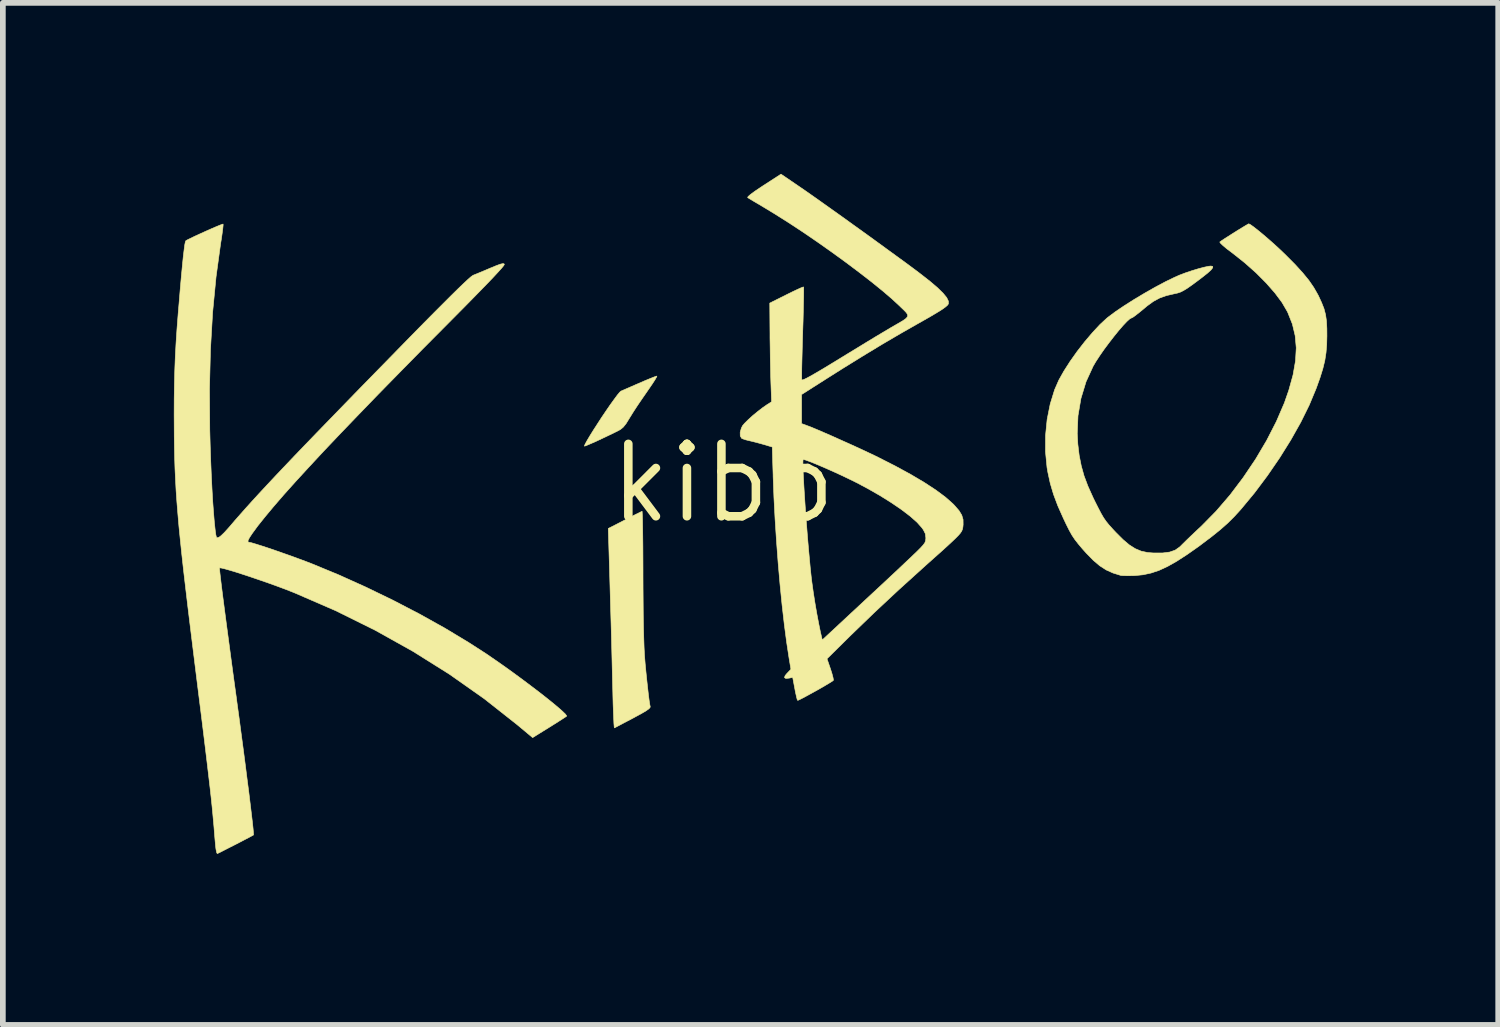
<source format=kicad_pcb>
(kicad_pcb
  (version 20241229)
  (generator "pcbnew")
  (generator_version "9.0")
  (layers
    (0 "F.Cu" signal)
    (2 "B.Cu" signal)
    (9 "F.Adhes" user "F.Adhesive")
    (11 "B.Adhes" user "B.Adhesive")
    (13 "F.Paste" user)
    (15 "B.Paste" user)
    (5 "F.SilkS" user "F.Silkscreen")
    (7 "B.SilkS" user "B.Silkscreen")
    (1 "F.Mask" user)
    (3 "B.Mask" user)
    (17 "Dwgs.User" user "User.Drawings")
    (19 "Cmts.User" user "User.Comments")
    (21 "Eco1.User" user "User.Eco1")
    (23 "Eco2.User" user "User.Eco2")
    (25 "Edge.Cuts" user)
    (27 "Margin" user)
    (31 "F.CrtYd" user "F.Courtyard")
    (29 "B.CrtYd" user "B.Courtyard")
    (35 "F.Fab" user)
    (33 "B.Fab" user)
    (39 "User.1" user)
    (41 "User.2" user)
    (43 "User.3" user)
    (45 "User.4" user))
  (footprint "kibo"
    (layer "F.Cu")
    (at 9.636 5.427)
    (property "Reference" "kibo" (at 0 0 0) (layer "F.SilkS") (effects (font (size 1.27 1.27) (thickness 0.15))))
    (attr through_hole)
    (fp_poly (pts (xy -1.169 -1.861) (xy -1.196 -1.814) (xy -1.241 -1.744) (xy -1.3 -1.658) (xy -1.349 -1.587) (xy -1.426 -1.476) (xy -1.504 -1.361) (xy -1.574 -1.254) (xy -1.629 -1.165) (xy -1.647 -1.136) (xy -1.703 -1.045) (xy -1.752 -0.984) (xy -1.8 -0.944) (xy -1.828 -0.928) (xy -1.917 -0.883) (xy -2.017 -0.835) (xy -2.12 -0.786) (xy -2.218 -0.74) (xy -2.306 -0.701) (xy -2.376 -0.671) (xy -2.421 -0.653) (xy -2.434 -0.651) (xy -2.423 -0.682) (xy -2.39 -0.743) (xy -2.341 -0.826) (xy -2.279 -0.926) (xy -2.208 -1.036) (xy -2.133 -1.152) (xy -2.056 -1.266) (xy -1.982 -1.374) (xy -1.914 -1.468) (xy -1.858 -1.544) (xy -1.816 -1.595) (xy -1.794 -1.615) (xy -1.766 -1.627) (xy -1.707 -1.653) (xy -1.624 -1.689) (xy -1.524 -1.733) (xy -1.472 -1.755) (xy -1.369 -1.8) (xy -1.279 -1.837) (xy -1.211 -1.864) (xy -1.17 -1.878) (xy -1.162 -1.879) (xy -1.169 -1.861)) (stroke (width 0.01) (type solid)) (fill yes) (layer "F.SilkS"))
    (fp_poly (pts (xy -1.42 0.512) (xy -1.417 0.57) (xy -1.414 0.662) (xy -1.412 0.785) (xy -1.41 0.935) (xy -1.408 1.108) (xy -1.407 1.299) (xy -1.406 1.506) (xy -1.406 1.593) (xy -1.405 1.856) (xy -1.403 2.106) (xy -1.401 2.337) (xy -1.397 2.547) (xy -1.392 2.729) (xy -1.387 2.88) (xy -1.381 2.994) (xy -1.379 3.027) (xy -1.368 3.166) (xy -1.354 3.311) (xy -1.339 3.457) (xy -1.324 3.594) (xy -1.31 3.717) (xy -1.297 3.817) (xy -1.286 3.888) (xy -1.279 3.919) (xy -1.283 3.937) (xy -1.307 3.961) (xy -1.355 3.995) (xy -1.432 4.04) (xy -1.541 4.099) (xy -1.581 4.121) (xy -1.686 4.176) (xy -1.777 4.224) (xy -1.849 4.262) (xy -1.894 4.286) (xy -1.907 4.292) (xy -1.911 4.274) (xy -1.916 4.218) (xy -1.92 4.13) (xy -1.925 4.015) (xy -1.93 3.879) (xy -1.934 3.726) (xy -1.935 3.679) (xy -1.942 3.411) (xy -1.949 3.111) (xy -1.957 2.789) (xy -1.966 2.455) (xy -1.976 2.12) (xy -1.985 1.792) (xy -1.994 1.482) (xy -2.002 1.217) (xy -2.015 0.794) (xy -1.726 0.646) (xy -1.625 0.594) (xy -1.538 0.549) (xy -1.47 0.516) (xy -1.43 0.496) (xy -1.422 0.492) (xy -1.42 0.512)) (stroke (width 0.01) (type solid)) (fill yes) (layer "F.SilkS"))
    (fp_poly (pts (xy 9.249 -4.537) (xy 9.303 -4.499) (xy 9.377 -4.441) (xy 9.466 -4.368) (xy 9.564 -4.284) (xy 9.666 -4.194) (xy 9.766 -4.102) (xy 9.859 -4.013) (xy 9.87 -4.002) (xy 10.034 -3.837) (xy 10.167 -3.691) (xy 10.275 -3.559) (xy 10.361 -3.434) (xy 10.431 -3.312) (xy 10.442 -3.291) (xy 10.499 -3.168) (xy 10.541 -3.061) (xy 10.568 -2.958) (xy 10.584 -2.847) (xy 10.591 -2.716) (xy 10.592 -2.582) (xy 10.588 -2.427) (xy 10.576 -2.287) (xy 10.555 -2.152) (xy 10.521 -2.012) (xy 10.473 -1.857) (xy 10.408 -1.675) (xy 10.4 -1.654) (xy 10.282 -1.371) (xy 10.134 -1.071) (xy 9.959 -0.76) (xy 9.763 -0.446) (xy 9.549 -0.134) (xy 9.322 0.169) (xy 9.085 0.455) (xy 9.071 0.471) (xy 8.963 0.589) (xy 8.849 0.702) (xy 8.721 0.815) (xy 8.572 0.935) (xy 8.396 1.068) (xy 8.343 1.108) (xy 8.138 1.252) (xy 7.957 1.369) (xy 7.796 1.46) (xy 7.647 1.529) (xy 7.506 1.576) (xy 7.368 1.606) (xy 7.227 1.62) (xy 7.207 1.621) (xy 7.117 1.623) (xy 7.039 1.622) (xy 6.986 1.619) (xy 6.974 1.617) (xy 6.839 1.575) (xy 6.719 1.521) (xy 6.606 1.448) (xy 6.493 1.352) (xy 6.371 1.227) (xy 6.302 1.15) (xy 6.228 1.062) (xy 6.169 0.986) (xy 6.119 0.911) (xy 6.071 0.825) (xy 6.018 0.719) (xy 5.972 0.622) (xy 5.872 0.398) (xy 5.796 0.196) (xy 5.739 0.004) (xy 5.697 -0.189) (xy 5.682 -0.275) (xy 5.655 -0.554) (xy 5.656 -0.838) (xy 5.684 -1.12) (xy 5.738 -1.39) (xy 5.815 -1.64) (xy 5.889 -1.809) (xy 5.977 -1.966) (xy 6.086 -2.136) (xy 6.21 -2.311) (xy 6.343 -2.482) (xy 6.479 -2.642) (xy 6.61 -2.783) (xy 6.731 -2.895) (xy 6.756 -2.915) (xy 6.883 -3.01) (xy 7.039 -3.115) (xy 7.214 -3.226) (xy 7.4 -3.337) (xy 7.585 -3.442) (xy 7.762 -3.536) (xy 7.921 -3.613) (xy 8.007 -3.651) (xy 8.11 -3.69) (xy 8.223 -3.728) (xy 8.335 -3.762) (xy 8.437 -3.789) (xy 8.517 -3.806) (xy 8.557 -3.81) (xy 8.588 -3.803) (xy 8.589 -3.781) (xy 8.56 -3.743) (xy 8.499 -3.687) (xy 8.403 -3.611) (xy 8.324 -3.551) (xy 8.218 -3.473) (xy 8.138 -3.417) (xy 8.075 -3.379) (xy 8.023 -3.353) (xy 7.972 -3.336) (xy 7.917 -3.324) (xy 7.775 -3.291) (xy 7.657 -3.249) (xy 7.548 -3.19) (xy 7.435 -3.108) (xy 7.375 -3.057) (xy 7.299 -2.995) (xy 7.234 -2.944) (xy 7.187 -2.91) (xy 7.165 -2.9) (xy 7.133 -2.883) (xy 7.082 -2.837) (xy 7.015 -2.766) (xy 6.938 -2.677) (xy 6.854 -2.573) (xy 6.768 -2.462) (xy 6.683 -2.348) (xy 6.606 -2.237) (xy 6.538 -2.133) (xy 6.491 -2.053) (xy 6.366 -1.78) (xy 6.277 -1.488) (xy 6.225 -1.183) (xy 6.212 -0.871) (xy 6.222 -0.688) (xy 6.246 -0.488) (xy 6.282 -0.306) (xy 6.331 -0.13) (xy 6.399 0.051) (xy 6.489 0.251) (xy 6.516 0.307) (xy 6.579 0.432) (xy 6.629 0.528) (xy 6.673 0.604) (xy 6.718 0.669) (xy 6.769 0.732) (xy 6.832 0.802) (xy 6.888 0.862) (xy 7.014 0.988) (xy 7.125 1.082) (xy 7.229 1.148) (xy 7.334 1.192) (xy 7.447 1.216) (xy 7.549 1.224) (xy 7.708 1.224) (xy 7.833 1.208) (xy 7.93 1.174) (xy 8.007 1.12) (xy 8.023 1.105) (xy 8.062 1.066) (xy 8.126 1.003) (xy 8.207 0.925) (xy 8.301 0.836) (xy 8.397 0.746) (xy 8.648 0.491) (xy 8.892 0.207) (xy 9.124 -0.1) (xy 9.341 -0.422) (xy 9.536 -0.752) (xy 9.706 -1.084) (xy 9.846 -1.409) (xy 9.923 -1.63) (xy 9.998 -1.9) (xy 10.041 -2.146) (xy 10.054 -2.374) (xy 10.035 -2.588) (xy 9.986 -2.793) (xy 9.905 -2.996) (xy 9.893 -3.019) (xy 9.803 -3.173) (xy 9.679 -3.339) (xy 9.526 -3.513) (xy 9.35 -3.69) (xy 9.153 -3.865) (xy 8.943 -4.032) (xy 8.914 -4.054) (xy 8.833 -4.115) (xy 8.769 -4.169) (xy 8.727 -4.209) (xy 8.712 -4.231) (xy 8.713 -4.232) (xy 8.739 -4.251) (xy 8.791 -4.286) (xy 8.862 -4.331) (xy 8.943 -4.383) (xy 9.026 -4.435) (xy 9.103 -4.482) (xy 9.167 -4.521) (xy 9.209 -4.545) (xy 9.221 -4.551) (xy 9.249 -4.537)) (stroke (width 0.01) (type solid)) (fill yes) (layer "F.SilkS"))
    (fp_poly (pts (xy -8.772 -4.523) (xy -8.778 -4.465) (xy -8.789 -4.38) (xy -8.804 -4.276) (xy -8.815 -4.21) (xy -8.896 -3.619) (xy -8.956 -2.997) (xy -8.994 -2.343) (xy -9.011 -1.656) (xy -9.006 -0.933) (xy -8.999 -0.676) (xy -8.99 -0.405) (xy -8.979 -0.145) (xy -8.967 0.099) (xy -8.954 0.324) (xy -8.939 0.524) (xy -8.925 0.694) (xy -8.91 0.83) (xy -8.9 0.903) (xy -8.889 0.948) (xy -8.872 0.958) (xy -8.84 0.945) (xy -8.806 0.919) (xy -8.753 0.868) (xy -8.692 0.801) (xy -8.657 0.762) (xy -8.567 0.656) (xy -8.471 0.547) (xy -8.37 0.433) (xy -8.26 0.311) (xy -8.141 0.181) (xy -8.01 0.04) (xy -7.866 -0.114) (xy -7.707 -0.282) (xy -7.532 -0.466) (xy -7.339 -0.667) (xy -7.126 -0.888) (xy -6.891 -1.13) (xy -6.633 -1.396) (xy -6.351 -1.686) (xy -6.041 -2.003) (xy -5.73 -2.321) (xy -5.483 -2.574) (xy -5.264 -2.797) (xy -5.072 -2.991) (xy -4.905 -3.158) (xy -4.764 -3.299) (xy -4.647 -3.414) (xy -4.552 -3.505) (xy -4.479 -3.573) (xy -4.427 -3.619) (xy -4.394 -3.643) (xy -4.386 -3.648) (xy -4.334 -3.669) (xy -4.256 -3.701) (xy -4.161 -3.741) (xy -4.079 -3.776) (xy -3.979 -3.817) (xy -3.911 -3.842) (xy -3.869 -3.852) (xy -3.846 -3.85) (xy -3.838 -3.84) (xy -3.848 -3.82) (xy -3.885 -3.774) (xy -3.949 -3.703) (xy -4.04 -3.605) (xy -4.16 -3.48) (xy -4.308 -3.328) (xy -4.485 -3.147) (xy -4.692 -2.938) (xy -4.82 -2.809) (xy -5.261 -2.365) (xy -5.67 -1.949) (xy -6.05 -1.561) (xy -6.399 -1.2) (xy -6.719 -0.867) (xy -7.01 -0.56) (xy -7.271 -0.279) (xy -7.505 -0.024) (xy -7.71 0.205) (xy -7.887 0.41) (xy -8.037 0.59) (xy -8.161 0.745) (xy -8.186 0.779) (xy -8.26 0.88) (xy -8.308 0.952) (xy -8.333 1) (xy -8.336 1.027) (xy -8.319 1.037) (xy -8.312 1.037) (xy -8.277 1.044) (xy -8.209 1.064) (xy -8.113 1.094) (xy -7.996 1.132) (xy -7.864 1.177) (xy -7.724 1.226) (xy -7.582 1.276) (xy -7.443 1.327) (xy -7.314 1.375) (xy -7.218 1.412) (xy -6.746 1.607) (xy -6.269 1.822) (xy -5.794 2.052) (xy -5.33 2.293) (xy -4.885 2.541) (xy -4.468 2.792) (xy -4.159 2.991) (xy -4.009 3.094) (xy -3.853 3.203) (xy -3.694 3.317) (xy -3.537 3.432) (xy -3.384 3.547) (xy -3.239 3.657) (xy -3.106 3.761) (xy -2.989 3.855) (xy -2.891 3.937) (xy -2.815 4.004) (xy -2.765 4.053) (xy -2.745 4.082) (xy -2.746 4.087) (xy -2.769 4.103) (xy -2.821 4.137) (xy -2.896 4.185) (xy -2.988 4.243) (xy -3.052 4.283) (xy -3.342 4.463) (xy -3.614 4.236) (xy -4.191 3.781) (xy -4.8 3.352) (xy -5.439 2.951) (xy -6.105 2.579) (xy -6.798 2.236) (xy -7.515 1.925) (xy -7.567 1.904) (xy -7.69 1.856) (xy -7.827 1.805) (xy -7.974 1.752) (xy -8.124 1.7) (xy -8.273 1.649) (xy -8.415 1.602) (xy -8.545 1.56) (xy -8.658 1.526) (xy -8.747 1.501) (xy -8.808 1.487) (xy -8.835 1.485) (xy -8.835 1.485) (xy -8.835 1.509) (xy -8.828 1.574) (xy -8.816 1.678) (xy -8.799 1.82) (xy -8.776 2) (xy -8.748 2.215) (xy -8.715 2.466) (xy -8.677 2.749) (xy -8.635 3.065) (xy -8.588 3.413) (xy -8.536 3.79) (xy -8.531 3.831) (xy -8.49 4.129) (xy -8.452 4.417) (xy -8.415 4.693) (xy -8.381 4.955) (xy -8.35 5.199) (xy -8.321 5.422) (xy -8.297 5.621) (xy -8.276 5.795) (xy -8.259 5.939) (xy -8.247 6.051) (xy -8.24 6.127) (xy -8.238 6.166) (xy -8.239 6.171) (xy -8.263 6.184) (xy -8.316 6.213) (xy -8.391 6.252) (xy -8.479 6.298) (xy -8.574 6.347) (xy -8.667 6.394) (xy -8.751 6.437) (xy -8.819 6.472) (xy -8.863 6.493) (xy -8.875 6.498) (xy -8.885 6.479) (xy -8.895 6.432) (xy -8.899 6.408) (xy -8.905 6.353) (xy -8.913 6.267) (xy -8.922 6.161) (xy -8.931 6.047) (xy -8.932 6.032) (xy -8.942 5.923) (xy -8.953 5.802) (xy -8.966 5.667) (xy -8.982 5.515) (xy -9.001 5.343) (xy -9.024 5.148) (xy -9.05 4.927) (xy -9.08 4.678) (xy -9.114 4.398) (xy -9.153 4.083) (xy -9.197 3.733) (xy -9.239 3.397) (xy -9.294 2.954) (xy -9.344 2.549) (xy -9.389 2.18) (xy -9.429 1.843) (xy -9.465 1.535) (xy -9.496 1.254) (xy -9.523 0.995) (xy -9.547 0.756) (xy -9.566 0.534) (xy -9.583 0.325) (xy -9.597 0.126) (xy -9.607 -0.066) (xy -9.616 -0.254) (xy -9.622 -0.441) (xy -9.626 -0.631) (xy -9.629 -0.826) (xy -9.63 -1.031) (xy -9.631 -1.199) (xy -9.63 -1.479) (xy -9.626 -1.735) (xy -9.62 -1.975) (xy -9.611 -2.21) (xy -9.598 -2.452) (xy -9.581 -2.709) (xy -9.559 -2.992) (xy -9.545 -3.154) (xy -9.523 -3.42) (xy -9.503 -3.646) (xy -9.485 -3.833) (xy -9.47 -3.983) (xy -9.456 -4.098) (xy -9.445 -4.181) (xy -9.435 -4.231) (xy -9.427 -4.252) (xy -9.427 -4.253) (xy -9.399 -4.269) (xy -9.342 -4.297) (xy -9.264 -4.335) (xy -9.172 -4.377) (xy -9.075 -4.421) (xy -8.98 -4.463) (xy -8.894 -4.5) (xy -8.826 -4.528) (xy -8.783 -4.544) (xy -8.772 -4.546) (xy -8.772 -4.523)) (stroke (width 0.01) (type solid)) (fill yes) (layer "F.SilkS"))
    (fp_poly (pts (xy 1.338 -5.202) (xy 1.44 -5.132) (xy 1.57 -5.041) (xy 1.724 -4.932) (xy 1.897 -4.809) (xy 2.084 -4.676) (xy 2.278 -4.536) (xy 2.476 -4.394) (xy 2.671 -4.253) (xy 2.859 -4.116) (xy 3.035 -3.988) (xy 3.193 -3.873) (xy 3.328 -3.773) (xy 3.435 -3.693) (xy 3.458 -3.675) (xy 3.627 -3.543) (xy 3.76 -3.43) (xy 3.858 -3.334) (xy 3.922 -3.256) (xy 3.952 -3.193) (xy 3.952 -3.147) (xy 3.935 -3.122) (xy 3.898 -3.09) (xy 3.838 -3.047) (xy 3.751 -2.993) (xy 3.635 -2.924) (xy 3.486 -2.839) (xy 3.397 -2.789) (xy 3.108 -2.624) (xy 2.789 -2.437) (xy 2.444 -2.228) (xy 2.076 -2) (xy 1.815 -1.835) (xy 1.376 -1.556) (xy 1.376 -1.046) (xy 1.455 -1.017) (xy 1.528 -0.99) (xy 1.632 -0.947) (xy 1.76 -0.892) (xy 1.907 -0.828) (xy 2.063 -0.758) (xy 2.224 -0.686) (xy 2.382 -0.614) (xy 2.53 -0.545) (xy 2.661 -0.483) (xy 2.72 -0.454) (xy 3.019 -0.302) (xy 3.289 -0.155) (xy 3.527 -0.014) (xy 3.732 0.12) (xy 3.9 0.245) (xy 4.03 0.36) (xy 4.059 0.39) (xy 4.138 0.481) (xy 4.186 0.56) (xy 4.209 0.638) (xy 4.21 0.727) (xy 4.206 0.768) (xy 4.201 0.795) (xy 4.194 0.819) (xy 4.182 0.845) (xy 4.161 0.876) (xy 4.128 0.914) (xy 4.081 0.962) (xy 4.016 1.024) (xy 3.931 1.103) (xy 3.823 1.201) (xy 3.688 1.321) (xy 3.556 1.439) (xy 3.085 1.865) (xy 2.646 2.275) (xy 2.234 2.673) (xy 2.165 2.741) (xy 1.822 3.08) (xy 1.883 3.257) (xy 1.909 3.339) (xy 1.927 3.407) (xy 1.935 3.45) (xy 1.934 3.458) (xy 1.914 3.474) (xy 1.864 3.505) (xy 1.792 3.548) (xy 1.706 3.598) (xy 1.612 3.651) (xy 1.519 3.702) (xy 1.435 3.748) (xy 1.366 3.784) (xy 1.32 3.806) (xy 1.307 3.81) (xy 1.298 3.791) (xy 1.285 3.739) (xy 1.268 3.663) (xy 1.258 3.608) (xy 1.22 3.406) (xy 1.161 3.419) (xy 1.1 3.425) (xy 1.076 3.41) (xy 1.088 3.374) (xy 1.122 3.334) (xy 1.189 3.264) (xy 1.156 3.066) (xy 1.114 2.79) (xy 1.073 2.478) (xy 1.034 2.138) (xy 0.998 1.776) (xy 0.965 1.399) (xy 0.936 1.014) (xy 0.911 0.628) (xy 0.891 0.248) (xy 0.877 -0.12) (xy 0.877 -0.143) (xy 0.871 -0.326) (xy 1.399 -0.326) (xy 1.402 -0.23) (xy 1.408 -0.106) (xy 1.416 0.041) (xy 1.426 0.206) (xy 1.438 0.386) (xy 1.451 0.574) (xy 1.466 0.766) (xy 1.481 0.958) (xy 1.497 1.144) (xy 1.513 1.32) (xy 1.528 1.481) (xy 1.543 1.623) (xy 1.556 1.731) (xy 1.581 1.91) (xy 1.611 2.102) (xy 1.644 2.292) (xy 1.677 2.466) (xy 1.706 2.608) (xy 1.739 2.75) (xy 2.483 2.058) (xy 2.639 1.913) (xy 2.791 1.772) (xy 2.935 1.637) (xy 3.067 1.514) (xy 3.183 1.404) (xy 3.28 1.313) (xy 3.352 1.244) (xy 3.392 1.206) (xy 3.465 1.133) (xy 3.512 1.081) (xy 3.54 1.041) (xy 3.552 1.006) (xy 3.556 0.967) (xy 3.556 0.958) (xy 3.547 0.886) (xy 3.513 0.818) (xy 3.486 0.78) (xy 3.401 0.685) (xy 3.28 0.578) (xy 3.129 0.463) (xy 2.952 0.342) (xy 2.754 0.218) (xy 2.539 0.095) (xy 2.339 -0.011) (xy 2.225 -0.067) (xy 2.101 -0.127) (xy 1.971 -0.187) (xy 1.841 -0.245) (xy 1.719 -0.298) (xy 1.608 -0.345) (xy 1.516 -0.381) (xy 1.448 -0.406) (xy 1.409 -0.416) (xy 1.403 -0.416) (xy 1.4 -0.39) (xy 1.399 -0.326) (xy 0.871 -0.326) (xy 0.862 -0.635) (xy 0.722 -0.677) (xy 0.628 -0.703) (xy 0.529 -0.729) (xy 0.466 -0.744) (xy 0.396 -0.761) (xy 0.343 -0.779) (xy 0.323 -0.789) (xy 0.3 -0.83) (xy 0.299 -0.894) (xy 0.319 -0.965) (xy 0.34 -1.008) (xy 0.377 -1.052) (xy 0.44 -1.114) (xy 0.519 -1.186) (xy 0.608 -1.259) (xy 0.695 -1.326) (xy 0.774 -1.381) (xy 0.78 -1.384) (xy 0.85 -1.429) (xy 0.838 -1.757) (xy 0.834 -1.876) (xy 0.831 -2.025) (xy 0.827 -2.195) (xy 0.825 -2.373) (xy 0.822 -2.548) (xy 0.822 -2.623) (xy 0.818 -3.16) (xy 1.11 -3.306) (xy 1.211 -3.356) (xy 1.298 -3.397) (xy 1.364 -3.427) (xy 1.403 -3.442) (xy 1.411 -3.443) (xy 1.413 -3.421) (xy 1.413 -3.36) (xy 1.412 -3.267) (xy 1.409 -3.146) (xy 1.406 -3.001) (xy 1.402 -2.838) (xy 1.396 -2.66) (xy 1.396 -2.642) (xy 1.39 -2.462) (xy 1.386 -2.295) (xy 1.382 -2.144) (xy 1.379 -2.017) (xy 1.378 -1.916) (xy 1.378 -1.848) (xy 1.379 -1.817) (xy 1.379 -1.816) (xy 1.389 -1.812) (xy 1.417 -1.82) (xy 1.465 -1.843) (xy 1.536 -1.881) (xy 1.633 -1.937) (xy 1.759 -2.011) (xy 1.915 -2.106) (xy 2.048 -2.187) (xy 2.211 -2.287) (xy 2.374 -2.386) (xy 2.529 -2.481) (xy 2.671 -2.567) (xy 2.795 -2.641) (xy 2.893 -2.699) (xy 2.946 -2.731) (xy 3.066 -2.8) (xy 3.153 -2.851) (xy 3.209 -2.891) (xy 3.236 -2.924) (xy 3.237 -2.956) (xy 3.214 -2.992) (xy 3.169 -3.039) (xy 3.104 -3.101) (xy 3.101 -3.105) (xy 2.965 -3.231) (xy 2.797 -3.375) (xy 2.602 -3.533) (xy 2.385 -3.701) (xy 2.152 -3.876) (xy 1.907 -4.054) (xy 1.656 -4.231) (xy 1.403 -4.404) (xy 1.152 -4.569) (xy 0.91 -4.722) (xy 0.709 -4.844) (xy 0.615 -4.9) (xy 0.533 -4.948) (xy 0.47 -4.986) (xy 0.434 -5.008) (xy 0.43 -5.01) (xy 0.437 -5.028) (xy 0.479 -5.065) (xy 0.555 -5.121) (xy 0.662 -5.193) (xy 0.71 -5.225) (xy 1.015 -5.422) (xy 1.338 -5.202)) (stroke (width 0.01) (type solid)) (fill yes) (layer "F.SilkS")))
  (gr_rect
    (start -3 -3)
    (end 23.233 14.93)
    (stroke (width 0.1) (type default))
    (fill no)
    (layer "Edge.Cuts")))
</source>
